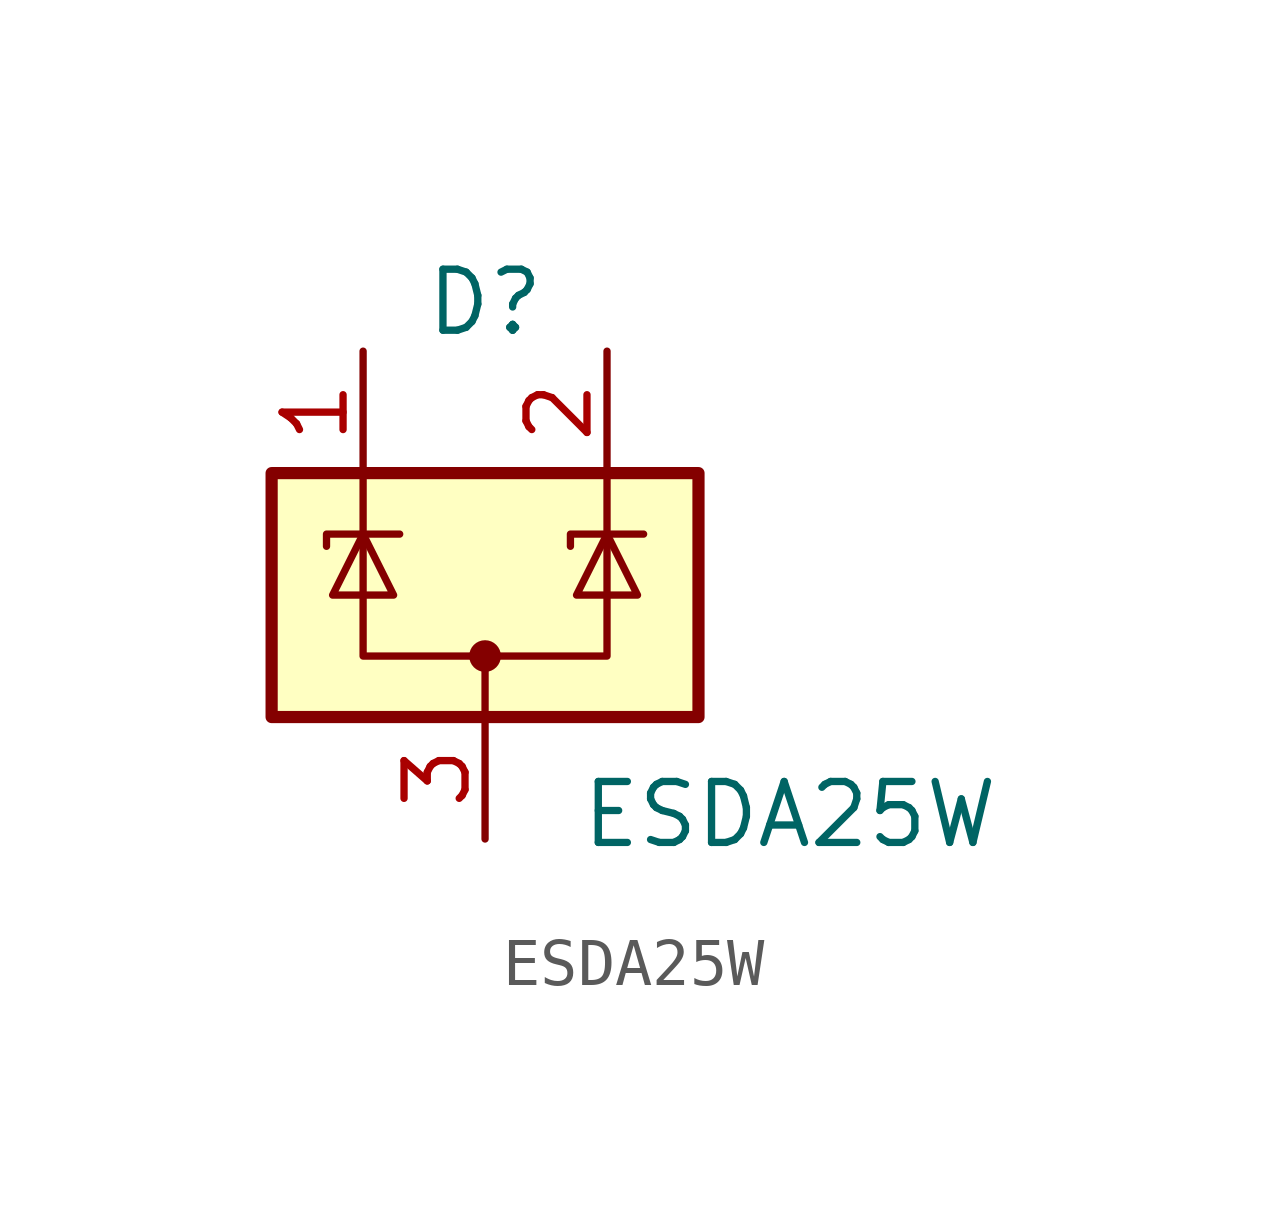
<source format=kicad_sym>
(kicad_symbol_lib
  (version 20241209)
  (generator "kicad_symbol_editor")
  (generator_version "9.0")
  (symbol "ESDA25W"
    (pin_names
      (hide yes))
    (property "Reference" "D"
      (at 0 7.366 0)
      (effects (font (size 1.27 1.27))))
    (property "Value" "ESDA25W"
      (at 6.35 -3.302 0)
      (effects (font (size 1.27 1.27))))
    (symbol "ESDA25W_0_0"
      (pin passive line (at 0 -3.81 90) (length 2.54) (name "A" (effects (font (size 1.27 1.27)))) (number "3" (effects (font (size 1.27 1.27))))))
    (symbol "ESDA25W_0_1"
      (rectangle (start -4.445 3.81) (end 4.445 -1.27) (stroke (width 0.254) (type default)) (fill (type background)))
      (polyline (pts (xy -3.302 2.286) (xy -3.302 2.54) (xy -1.905 2.54) (xy -1.778 2.54)) (stroke (width 0) (type default)) (fill (type none)))
      (polyline (pts (xy -2.54 3.81) (xy -2.54 2.54)) (stroke (width 0) (type default)) (fill (type none)))
      (polyline (pts (xy -2.54 2.54) (xy -2.54 0) (xy 2.54 0) (xy 2.54 2.54)) (stroke (width 0) (type default)) (fill (type none)))
      (polyline (pts (xy -2.54 2.54) (xy -1.905 1.27) (xy -3.175 1.27) (xy -2.54 2.54)) (stroke (width 0) (type default)) (fill (type none)))
      (polyline (pts (xy 0 0) (xy 0 -1.27)) (stroke (width 0) (type default)) (fill (type none)))
      (circle (center 0 0) (radius 0.254) (stroke (width 0) (type default)) (fill (type outline)))
      (polyline (pts (xy 1.778 2.286) (xy 1.778 2.54) (xy 3.175 2.54) (xy 3.302 2.54)) (stroke (width 0) (type default)) (fill (type none)))
      (polyline (pts (xy 2.54 3.81) (xy 2.54 2.54)) (stroke (width 0) (type default)) (fill (type none)))
      (polyline (pts (xy 2.54 2.54) (xy 1.905 1.27) (xy 3.175 1.27) (xy 2.54 2.54)) (stroke (width 0) (type default)) (fill (type none))))
    (symbol "ESDA25W_1_1"
      (pin passive line (at -2.54 6.35 270) (length 2.54) (name "~K" (effects (font (size 1.27 1.27)))) (number "1" (effects (font (size 1.27 1.27)))))
      (pin passive line (at 2.54 6.35 270) (length 2.54) (name "K" (effects (font (size 1.27 1.27)))) (number "2" (effects (font (size 1.27 1.27))))))))
</source>
